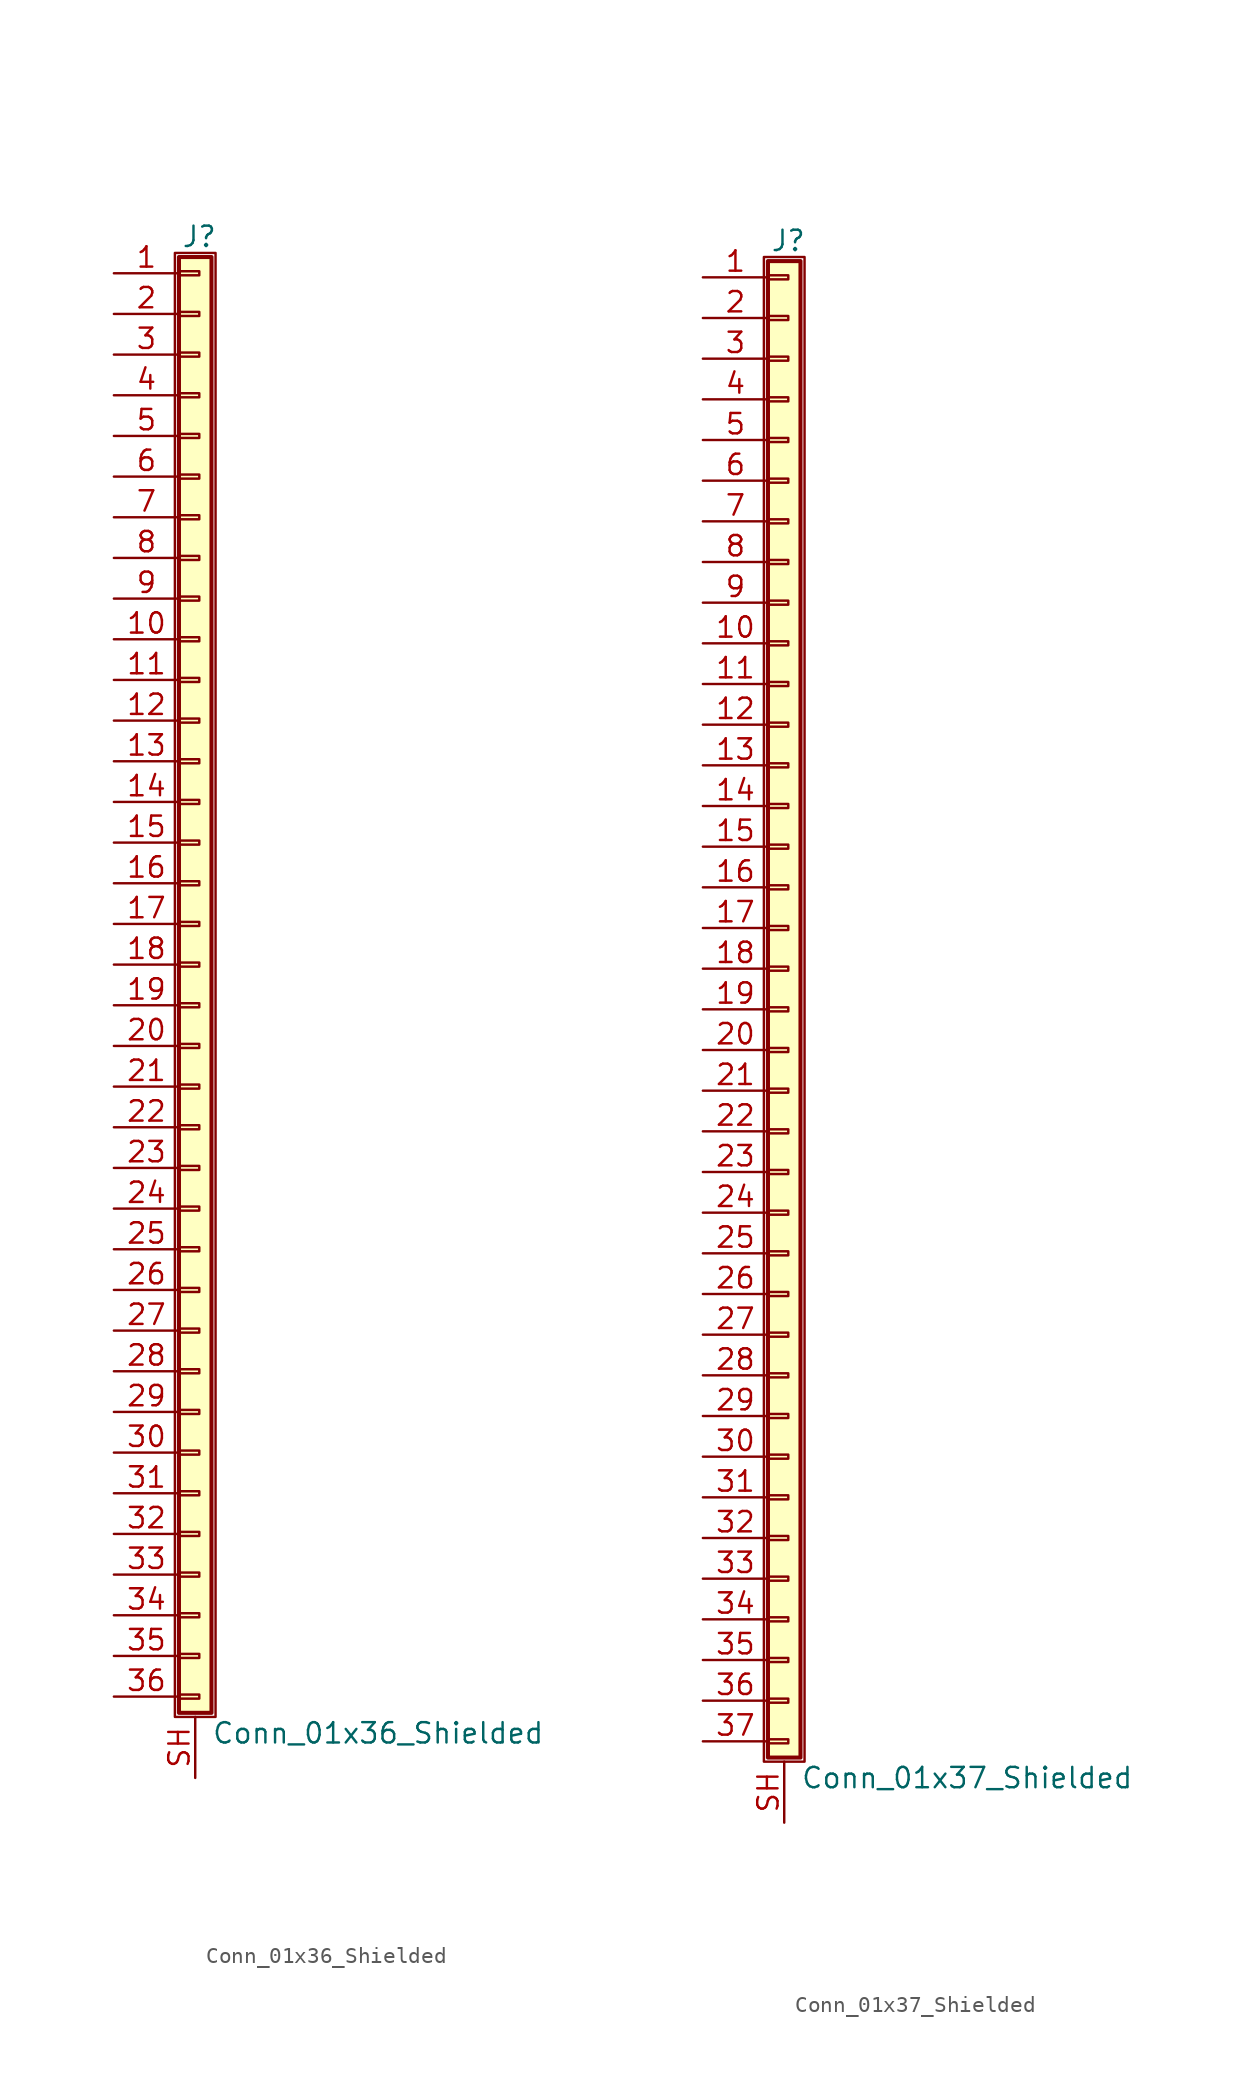
<source format=kicad_sym>
(kicad_symbol_lib
  (version 20211014)
  (generator kicad_symbol_editor)
  (symbol "Conn_01x36_Shielded"
    (pin_names
      (offset 1.016) hide)
    (property "Reference" "J"
      (at 0.254 45.466 0)
      (effects (font (size 1.27 1.27))))
    (property "Value" "Conn_01x36_Shielded"
      (at 1.016 -48.006 0)
      (effects (font (size 1.27 1.27)) (justify left)))
    (symbol "Conn_01x36_Shielded_1_1"
      (rectangle (start -1.27 44.45) (end 1.27 -46.99) (stroke (width 0.152) (type default) (color 0 0 0 0)) (fill (type none)))
      (rectangle (start -1.016 -45.593) (end 0.254 -45.847) (stroke (width 0.152) (type default) (color 0 0 0 0)) (fill (type none)))
      (rectangle (start -1.016 -43.053) (end 0.254 -43.307) (stroke (width 0.152) (type default) (color 0 0 0 0)) (fill (type none)))
      (rectangle (start -1.016 -40.513) (end 0.254 -40.767) (stroke (width 0.152) (type default) (color 0 0 0 0)) (fill (type none)))
      (rectangle (start -1.016 -37.973) (end 0.254 -38.227) (stroke (width 0.152) (type default) (color 0 0 0 0)) (fill (type none)))
      (rectangle (start -1.016 -35.433) (end 0.254 -35.687) (stroke (width 0.152) (type default) (color 0 0 0 0)) (fill (type none)))
      (rectangle (start -1.016 -32.893) (end 0.254 -33.147) (stroke (width 0.152) (type default) (color 0 0 0 0)) (fill (type none)))
      (rectangle (start -1.016 -30.353) (end 0.254 -30.607) (stroke (width 0.152) (type default) (color 0 0 0 0)) (fill (type none)))
      (rectangle (start -1.016 -27.813) (end 0.254 -28.067) (stroke (width 0.152) (type default) (color 0 0 0 0)) (fill (type none)))
      (rectangle (start -1.016 -25.273) (end 0.254 -25.527) (stroke (width 0.152) (type default) (color 0 0 0 0)) (fill (type none)))
      (rectangle (start -1.016 -22.733) (end 0.254 -22.987) (stroke (width 0.152) (type default) (color 0 0 0 0)) (fill (type none)))
      (rectangle (start -1.016 -20.193) (end 0.254 -20.447) (stroke (width 0.152) (type default) (color 0 0 0 0)) (fill (type none)))
      (rectangle (start -1.016 -17.653) (end 0.254 -17.907) (stroke (width 0.152) (type default) (color 0 0 0 0)) (fill (type none)))
      (rectangle (start -1.016 -15.113) (end 0.254 -15.367) (stroke (width 0.152) (type default) (color 0 0 0 0)) (fill (type none)))
      (rectangle (start -1.016 -12.573) (end 0.254 -12.827) (stroke (width 0.152) (type default) (color 0 0 0 0)) (fill (type none)))
      (rectangle (start -1.016 -10.033) (end 0.254 -10.287) (stroke (width 0.152) (type default) (color 0 0 0 0)) (fill (type none)))
      (rectangle (start -1.016 -7.493) (end 0.254 -7.747) (stroke (width 0.152) (type default) (color 0 0 0 0)) (fill (type none)))
      (rectangle (start -1.016 -4.953) (end 0.254 -5.207) (stroke (width 0.152) (type default) (color 0 0 0 0)) (fill (type none)))
      (rectangle (start -1.016 -2.413) (end 0.254 -2.667) (stroke (width 0.152) (type default) (color 0 0 0 0)) (fill (type none)))
      (rectangle (start -1.016 0.127) (end 0.254 -0.127) (stroke (width 0.152) (type default) (color 0 0 0 0)) (fill (type none)))
      (rectangle (start -1.016 2.667) (end 0.254 2.413) (stroke (width 0.152) (type default) (color 0 0 0 0)) (fill (type none)))
      (rectangle (start -1.016 5.207) (end 0.254 4.953) (stroke (width 0.152) (type default) (color 0 0 0 0)) (fill (type none)))
      (rectangle (start -1.016 7.747) (end 0.254 7.493) (stroke (width 0.152) (type default) (color 0 0 0 0)) (fill (type none)))
      (rectangle (start -1.016 10.287) (end 0.254 10.033) (stroke (width 0.152) (type default) (color 0 0 0 0)) (fill (type none)))
      (rectangle (start -1.016 12.827) (end 0.254 12.573) (stroke (width 0.152) (type default) (color 0 0 0 0)) (fill (type none)))
      (rectangle (start -1.016 15.367) (end 0.254 15.113) (stroke (width 0.152) (type default) (color 0 0 0 0)) (fill (type none)))
      (rectangle (start -1.016 17.907) (end 0.254 17.653) (stroke (width 0.152) (type default) (color 0 0 0 0)) (fill (type none)))
      (rectangle (start -1.016 20.447) (end 0.254 20.193) (stroke (width 0.152) (type default) (color 0 0 0 0)) (fill (type none)))
      (rectangle (start -1.016 22.987) (end 0.254 22.733) (stroke (width 0.152) (type default) (color 0 0 0 0)) (fill (type none)))
      (rectangle (start -1.016 25.527) (end 0.254 25.273) (stroke (width 0.152) (type default) (color 0 0 0 0)) (fill (type none)))
      (rectangle (start -1.016 28.067) (end 0.254 27.813) (stroke (width 0.152) (type default) (color 0 0 0 0)) (fill (type none)))
      (rectangle (start -1.016 30.607) (end 0.254 30.353) (stroke (width 0.152) (type default) (color 0 0 0 0)) (fill (type none)))
      (rectangle (start -1.016 33.147) (end 0.254 32.893) (stroke (width 0.152) (type default) (color 0 0 0 0)) (fill (type none)))
      (rectangle (start -1.016 35.687) (end 0.254 35.433) (stroke (width 0.152) (type default) (color 0 0 0 0)) (fill (type none)))
      (rectangle (start -1.016 38.227) (end 0.254 37.973) (stroke (width 0.152) (type default) (color 0 0 0 0)) (fill (type none)))
      (rectangle (start -1.016 40.767) (end 0.254 40.513) (stroke (width 0.152) (type default) (color 0 0 0 0)) (fill (type none)))
      (rectangle (start -1.016 43.307) (end 0.254 43.053) (stroke (width 0.152) (type default) (color 0 0 0 0)) (fill (type none)))
      (rectangle (start -1.016 44.196) (end 1.016 -46.736) (stroke (width 0.254) (type default) (color 0 0 0 0)) (fill (type background)))
      (pin passive line (at -5.08 43.18 0) (length 4.064) (name "Pin_1" (effects (font (size 1.27 1.27)))) (number "1" (effects (font (size 1.27 1.27)))))
      (pin passive line (at -5.08 20.32 0) (length 4.064) (name "Pin_10" (effects (font (size 1.27 1.27)))) (number "10" (effects (font (size 1.27 1.27)))))
      (pin passive line (at -5.08 17.78 0) (length 4.064) (name "Pin_11" (effects (font (size 1.27 1.27)))) (number "11" (effects (font (size 1.27 1.27)))))
      (pin passive line (at -5.08 15.24 0) (length 4.064) (name "Pin_12" (effects (font (size 1.27 1.27)))) (number "12" (effects (font (size 1.27 1.27)))))
      (pin passive line (at -5.08 12.7 0) (length 4.064) (name "Pin_13" (effects (font (size 1.27 1.27)))) (number "13" (effects (font (size 1.27 1.27)))))
      (pin passive line (at -5.08 10.16 0) (length 4.064) (name "Pin_14" (effects (font (size 1.27 1.27)))) (number "14" (effects (font (size 1.27 1.27)))))
      (pin passive line (at -5.08 7.62 0) (length 4.064) (name "Pin_15" (effects (font (size 1.27 1.27)))) (number "15" (effects (font (size 1.27 1.27)))))
      (pin passive line (at -5.08 5.08 0) (length 4.064) (name "Pin_16" (effects (font (size 1.27 1.27)))) (number "16" (effects (font (size 1.27 1.27)))))
      (pin passive line (at -5.08 2.54 0) (length 4.064) (name "Pin_17" (effects (font (size 1.27 1.27)))) (number "17" (effects (font (size 1.27 1.27)))))
      (pin passive line (at -5.08 0 0) (length 4.064) (name "Pin_18" (effects (font (size 1.27 1.27)))) (number "18" (effects (font (size 1.27 1.27)))))
      (pin passive line (at -5.08 -2.54 0) (length 4.064) (name "Pin_19" (effects (font (size 1.27 1.27)))) (number "19" (effects (font (size 1.27 1.27)))))
      (pin passive line (at -5.08 40.64 0) (length 4.064) (name "Pin_2" (effects (font (size 1.27 1.27)))) (number "2" (effects (font (size 1.27 1.27)))))
      (pin passive line (at -5.08 -5.08 0) (length 4.064) (name "Pin_20" (effects (font (size 1.27 1.27)))) (number "20" (effects (font (size 1.27 1.27)))))
      (pin passive line (at -5.08 -7.62 0) (length 4.064) (name "Pin_21" (effects (font (size 1.27 1.27)))) (number "21" (effects (font (size 1.27 1.27)))))
      (pin passive line (at -5.08 -10.16 0) (length 4.064) (name "Pin_22" (effects (font (size 1.27 1.27)))) (number "22" (effects (font (size 1.27 1.27)))))
      (pin passive line (at -5.08 -12.7 0) (length 4.064) (name "Pin_23" (effects (font (size 1.27 1.27)))) (number "23" (effects (font (size 1.27 1.27)))))
      (pin passive line (at -5.08 -15.24 0) (length 4.064) (name "Pin_24" (effects (font (size 1.27 1.27)))) (number "24" (effects (font (size 1.27 1.27)))))
      (pin passive line (at -5.08 -17.78 0) (length 4.064) (name "Pin_25" (effects (font (size 1.27 1.27)))) (number "25" (effects (font (size 1.27 1.27)))))
      (pin passive line (at -5.08 -20.32 0) (length 4.064) (name "Pin_26" (effects (font (size 1.27 1.27)))) (number "26" (effects (font (size 1.27 1.27)))))
      (pin passive line (at -5.08 -22.86 0) (length 4.064) (name "Pin_27" (effects (font (size 1.27 1.27)))) (number "27" (effects (font (size 1.27 1.27)))))
      (pin passive line (at -5.08 -25.4 0) (length 4.064) (name "Pin_28" (effects (font (size 1.27 1.27)))) (number "28" (effects (font (size 1.27 1.27)))))
      (pin passive line (at -5.08 -27.94 0) (length 4.064) (name "Pin_29" (effects (font (size 1.27 1.27)))) (number "29" (effects (font (size 1.27 1.27)))))
      (pin passive line (at -5.08 38.1 0) (length 4.064) (name "Pin_3" (effects (font (size 1.27 1.27)))) (number "3" (effects (font (size 1.27 1.27)))))
      (pin passive line (at -5.08 -30.48 0) (length 4.064) (name "Pin_30" (effects (font (size 1.27 1.27)))) (number "30" (effects (font (size 1.27 1.27)))))
      (pin passive line (at -5.08 -33.02 0) (length 4.064) (name "Pin_31" (effects (font (size 1.27 1.27)))) (number "31" (effects (font (size 1.27 1.27)))))
      (pin passive line (at -5.08 -35.56 0) (length 4.064) (name "Pin_32" (effects (font (size 1.27 1.27)))) (number "32" (effects (font (size 1.27 1.27)))))
      (pin passive line (at -5.08 -38.1 0) (length 4.064) (name "Pin_33" (effects (font (size 1.27 1.27)))) (number "33" (effects (font (size 1.27 1.27)))))
      (pin passive line (at -5.08 -40.64 0) (length 4.064) (name "Pin_34" (effects (font (size 1.27 1.27)))) (number "34" (effects (font (size 1.27 1.27)))))
      (pin passive line (at -5.08 -43.18 0) (length 4.064) (name "Pin_35" (effects (font (size 1.27 1.27)))) (number "35" (effects (font (size 1.27 1.27)))))
      (pin passive line (at -5.08 -45.72 0) (length 4.064) (name "Pin_36" (effects (font (size 1.27 1.27)))) (number "36" (effects (font (size 1.27 1.27)))))
      (pin passive line (at -5.08 35.56 0) (length 4.064) (name "Pin_4" (effects (font (size 1.27 1.27)))) (number "4" (effects (font (size 1.27 1.27)))))
      (pin passive line (at -5.08 33.02 0) (length 4.064) (name "Pin_5" (effects (font (size 1.27 1.27)))) (number "5" (effects (font (size 1.27 1.27)))))
      (pin passive line (at -5.08 30.48 0) (length 4.064) (name "Pin_6" (effects (font (size 1.27 1.27)))) (number "6" (effects (font (size 1.27 1.27)))))
      (pin passive line (at -5.08 27.94 0) (length 4.064) (name "Pin_7" (effects (font (size 1.27 1.27)))) (number "7" (effects (font (size 1.27 1.27)))))
      (pin passive line (at -5.08 25.4 0) (length 4.064) (name "Pin_8" (effects (font (size 1.27 1.27)))) (number "8" (effects (font (size 1.27 1.27)))))
      (pin passive line (at -5.08 22.86 0) (length 4.064) (name "Pin_9" (effects (font (size 1.27 1.27)))) (number "9" (effects (font (size 1.27 1.27)))))
      (pin passive line (at 0 -50.8 90) (length 3.81) (name "Shield" (effects (font (size 1.27 1.27)))) (number "SH" (effects (font (size 1.27 1.27)))))))
  (symbol "Conn_01x37_Shielded"
    (pin_names
      (offset 1.016) hide)
    (property "Reference" "J"
      (at 0.254 48.006 0)
      (effects (font (size 1.27 1.27))))
    (property "Value" "Conn_01x37_Shielded"
      (at 1.016 -48.006 0)
      (effects (font (size 1.27 1.27)) (justify left)))
    (symbol "Conn_01x37_Shielded_1_1"
      (rectangle (start -1.27 46.99) (end 1.27 -46.99) (stroke (width 0.152) (type default) (color 0 0 0 0)) (fill (type none)))
      (rectangle (start -1.016 -45.593) (end 0.254 -45.847) (stroke (width 0.152) (type default) (color 0 0 0 0)) (fill (type none)))
      (rectangle (start -1.016 -43.053) (end 0.254 -43.307) (stroke (width 0.152) (type default) (color 0 0 0 0)) (fill (type none)))
      (rectangle (start -1.016 -40.513) (end 0.254 -40.767) (stroke (width 0.152) (type default) (color 0 0 0 0)) (fill (type none)))
      (rectangle (start -1.016 -37.973) (end 0.254 -38.227) (stroke (width 0.152) (type default) (color 0 0 0 0)) (fill (type none)))
      (rectangle (start -1.016 -35.433) (end 0.254 -35.687) (stroke (width 0.152) (type default) (color 0 0 0 0)) (fill (type none)))
      (rectangle (start -1.016 -32.893) (end 0.254 -33.147) (stroke (width 0.152) (type default) (color 0 0 0 0)) (fill (type none)))
      (rectangle (start -1.016 -30.353) (end 0.254 -30.607) (stroke (width 0.152) (type default) (color 0 0 0 0)) (fill (type none)))
      (rectangle (start -1.016 -27.813) (end 0.254 -28.067) (stroke (width 0.152) (type default) (color 0 0 0 0)) (fill (type none)))
      (rectangle (start -1.016 -25.273) (end 0.254 -25.527) (stroke (width 0.152) (type default) (color 0 0 0 0)) (fill (type none)))
      (rectangle (start -1.016 -22.733) (end 0.254 -22.987) (stroke (width 0.152) (type default) (color 0 0 0 0)) (fill (type none)))
      (rectangle (start -1.016 -20.193) (end 0.254 -20.447) (stroke (width 0.152) (type default) (color 0 0 0 0)) (fill (type none)))
      (rectangle (start -1.016 -17.653) (end 0.254 -17.907) (stroke (width 0.152) (type default) (color 0 0 0 0)) (fill (type none)))
      (rectangle (start -1.016 -15.113) (end 0.254 -15.367) (stroke (width 0.152) (type default) (color 0 0 0 0)) (fill (type none)))
      (rectangle (start -1.016 -12.573) (end 0.254 -12.827) (stroke (width 0.152) (type default) (color 0 0 0 0)) (fill (type none)))
      (rectangle (start -1.016 -10.033) (end 0.254 -10.287) (stroke (width 0.152) (type default) (color 0 0 0 0)) (fill (type none)))
      (rectangle (start -1.016 -7.493) (end 0.254 -7.747) (stroke (width 0.152) (type default) (color 0 0 0 0)) (fill (type none)))
      (rectangle (start -1.016 -4.953) (end 0.254 -5.207) (stroke (width 0.152) (type default) (color 0 0 0 0)) (fill (type none)))
      (rectangle (start -1.016 -2.413) (end 0.254 -2.667) (stroke (width 0.152) (type default) (color 0 0 0 0)) (fill (type none)))
      (rectangle (start -1.016 0.127) (end 0.254 -0.127) (stroke (width 0.152) (type default) (color 0 0 0 0)) (fill (type none)))
      (rectangle (start -1.016 2.667) (end 0.254 2.413) (stroke (width 0.152) (type default) (color 0 0 0 0)) (fill (type none)))
      (rectangle (start -1.016 5.207) (end 0.254 4.953) (stroke (width 0.152) (type default) (color 0 0 0 0)) (fill (type none)))
      (rectangle (start -1.016 7.747) (end 0.254 7.493) (stroke (width 0.152) (type default) (color 0 0 0 0)) (fill (type none)))
      (rectangle (start -1.016 10.287) (end 0.254 10.033) (stroke (width 0.152) (type default) (color 0 0 0 0)) (fill (type none)))
      (rectangle (start -1.016 12.827) (end 0.254 12.573) (stroke (width 0.152) (type default) (color 0 0 0 0)) (fill (type none)))
      (rectangle (start -1.016 15.367) (end 0.254 15.113) (stroke (width 0.152) (type default) (color 0 0 0 0)) (fill (type none)))
      (rectangle (start -1.016 17.907) (end 0.254 17.653) (stroke (width 0.152) (type default) (color 0 0 0 0)) (fill (type none)))
      (rectangle (start -1.016 20.447) (end 0.254 20.193) (stroke (width 0.152) (type default) (color 0 0 0 0)) (fill (type none)))
      (rectangle (start -1.016 22.987) (end 0.254 22.733) (stroke (width 0.152) (type default) (color 0 0 0 0)) (fill (type none)))
      (rectangle (start -1.016 25.527) (end 0.254 25.273) (stroke (width 0.152) (type default) (color 0 0 0 0)) (fill (type none)))
      (rectangle (start -1.016 28.067) (end 0.254 27.813) (stroke (width 0.152) (type default) (color 0 0 0 0)) (fill (type none)))
      (rectangle (start -1.016 30.607) (end 0.254 30.353) (stroke (width 0.152) (type default) (color 0 0 0 0)) (fill (type none)))
      (rectangle (start -1.016 33.147) (end 0.254 32.893) (stroke (width 0.152) (type default) (color 0 0 0 0)) (fill (type none)))
      (rectangle (start -1.016 35.687) (end 0.254 35.433) (stroke (width 0.152) (type default) (color 0 0 0 0)) (fill (type none)))
      (rectangle (start -1.016 38.227) (end 0.254 37.973) (stroke (width 0.152) (type default) (color 0 0 0 0)) (fill (type none)))
      (rectangle (start -1.016 40.767) (end 0.254 40.513) (stroke (width 0.152) (type default) (color 0 0 0 0)) (fill (type none)))
      (rectangle (start -1.016 43.307) (end 0.254 43.053) (stroke (width 0.152) (type default) (color 0 0 0 0)) (fill (type none)))
      (rectangle (start -1.016 45.847) (end 0.254 45.593) (stroke (width 0.152) (type default) (color 0 0 0 0)) (fill (type none)))
      (rectangle (start -1.016 46.736) (end 1.016 -46.736) (stroke (width 0.254) (type default) (color 0 0 0 0)) (fill (type background)))
      (pin passive line (at -5.08 45.72 0) (length 4.064) (name "Pin_1" (effects (font (size 1.27 1.27)))) (number "1" (effects (font (size 1.27 1.27)))))
      (pin passive line (at -5.08 22.86 0) (length 4.064) (name "Pin_10" (effects (font (size 1.27 1.27)))) (number "10" (effects (font (size 1.27 1.27)))))
      (pin passive line (at -5.08 20.32 0) (length 4.064) (name "Pin_11" (effects (font (size 1.27 1.27)))) (number "11" (effects (font (size 1.27 1.27)))))
      (pin passive line (at -5.08 17.78 0) (length 4.064) (name "Pin_12" (effects (font (size 1.27 1.27)))) (number "12" (effects (font (size 1.27 1.27)))))
      (pin passive line (at -5.08 15.24 0) (length 4.064) (name "Pin_13" (effects (font (size 1.27 1.27)))) (number "13" (effects (font (size 1.27 1.27)))))
      (pin passive line (at -5.08 12.7 0) (length 4.064) (name "Pin_14" (effects (font (size 1.27 1.27)))) (number "14" (effects (font (size 1.27 1.27)))))
      (pin passive line (at -5.08 10.16 0) (length 4.064) (name "Pin_15" (effects (font (size 1.27 1.27)))) (number "15" (effects (font (size 1.27 1.27)))))
      (pin passive line (at -5.08 7.62 0) (length 4.064) (name "Pin_16" (effects (font (size 1.27 1.27)))) (number "16" (effects (font (size 1.27 1.27)))))
      (pin passive line (at -5.08 5.08 0) (length 4.064) (name "Pin_17" (effects (font (size 1.27 1.27)))) (number "17" (effects (font (size 1.27 1.27)))))
      (pin passive line (at -5.08 2.54 0) (length 4.064) (name "Pin_18" (effects (font (size 1.27 1.27)))) (number "18" (effects (font (size 1.27 1.27)))))
      (pin passive line (at -5.08 0 0) (length 4.064) (name "Pin_19" (effects (font (size 1.27 1.27)))) (number "19" (effects (font (size 1.27 1.27)))))
      (pin passive line (at -5.08 43.18 0) (length 4.064) (name "Pin_2" (effects (font (size 1.27 1.27)))) (number "2" (effects (font (size 1.27 1.27)))))
      (pin passive line (at -5.08 -2.54 0) (length 4.064) (name "Pin_20" (effects (font (size 1.27 1.27)))) (number "20" (effects (font (size 1.27 1.27)))))
      (pin passive line (at -5.08 -5.08 0) (length 4.064) (name "Pin_21" (effects (font (size 1.27 1.27)))) (number "21" (effects (font (size 1.27 1.27)))))
      (pin passive line (at -5.08 -7.62 0) (length 4.064) (name "Pin_22" (effects (font (size 1.27 1.27)))) (number "22" (effects (font (size 1.27 1.27)))))
      (pin passive line (at -5.08 -10.16 0) (length 4.064) (name "Pin_23" (effects (font (size 1.27 1.27)))) (number "23" (effects (font (size 1.27 1.27)))))
      (pin passive line (at -5.08 -12.7 0) (length 4.064) (name "Pin_24" (effects (font (size 1.27 1.27)))) (number "24" (effects (font (size 1.27 1.27)))))
      (pin passive line (at -5.08 -15.24 0) (length 4.064) (name "Pin_25" (effects (font (size 1.27 1.27)))) (number "25" (effects (font (size 1.27 1.27)))))
      (pin passive line (at -5.08 -17.78 0) (length 4.064) (name "Pin_26" (effects (font (size 1.27 1.27)))) (number "26" (effects (font (size 1.27 1.27)))))
      (pin passive line (at -5.08 -20.32 0) (length 4.064) (name "Pin_27" (effects (font (size 1.27 1.27)))) (number "27" (effects (font (size 1.27 1.27)))))
      (pin passive line (at -5.08 -22.86 0) (length 4.064) (name "Pin_28" (effects (font (size 1.27 1.27)))) (number "28" (effects (font (size 1.27 1.27)))))
      (pin passive line (at -5.08 -25.4 0) (length 4.064) (name "Pin_29" (effects (font (size 1.27 1.27)))) (number "29" (effects (font (size 1.27 1.27)))))
      (pin passive line (at -5.08 40.64 0) (length 4.064) (name "Pin_3" (effects (font (size 1.27 1.27)))) (number "3" (effects (font (size 1.27 1.27)))))
      (pin passive line (at -5.08 -27.94 0) (length 4.064) (name "Pin_30" (effects (font (size 1.27 1.27)))) (number "30" (effects (font (size 1.27 1.27)))))
      (pin passive line (at -5.08 -30.48 0) (length 4.064) (name "Pin_31" (effects (font (size 1.27 1.27)))) (number "31" (effects (font (size 1.27 1.27)))))
      (pin passive line (at -5.08 -33.02 0) (length 4.064) (name "Pin_32" (effects (font (size 1.27 1.27)))) (number "32" (effects (font (size 1.27 1.27)))))
      (pin passive line (at -5.08 -35.56 0) (length 4.064) (name "Pin_33" (effects (font (size 1.27 1.27)))) (number "33" (effects (font (size 1.27 1.27)))))
      (pin passive line (at -5.08 -38.1 0) (length 4.064) (name "Pin_34" (effects (font (size 1.27 1.27)))) (number "34" (effects (font (size 1.27 1.27)))))
      (pin passive line (at -5.08 -40.64 0) (length 4.064) (name "Pin_35" (effects (font (size 1.27 1.27)))) (number "35" (effects (font (size 1.27 1.27)))))
      (pin passive line (at -5.08 -43.18 0) (length 4.064) (name "Pin_36" (effects (font (size 1.27 1.27)))) (number "36" (effects (font (size 1.27 1.27)))))
      (pin passive line (at -5.08 -45.72 0) (length 4.064) (name "Pin_37" (effects (font (size 1.27 1.27)))) (number "37" (effects (font (size 1.27 1.27)))))
      (pin passive line (at -5.08 38.1 0) (length 4.064) (name "Pin_4" (effects (font (size 1.27 1.27)))) (number "4" (effects (font (size 1.27 1.27)))))
      (pin passive line (at -5.08 35.56 0) (length 4.064) (name "Pin_5" (effects (font (size 1.27 1.27)))) (number "5" (effects (font (size 1.27 1.27)))))
      (pin passive line (at -5.08 33.02 0) (length 4.064) (name "Pin_6" (effects (font (size 1.27 1.27)))) (number "6" (effects (font (size 1.27 1.27)))))
      (pin passive line (at -5.08 30.48 0) (length 4.064) (name "Pin_7" (effects (font (size 1.27 1.27)))) (number "7" (effects (font (size 1.27 1.27)))))
      (pin passive line (at -5.08 27.94 0) (length 4.064) (name "Pin_8" (effects (font (size 1.27 1.27)))) (number "8" (effects (font (size 1.27 1.27)))))
      (pin passive line (at -5.08 25.4 0) (length 4.064) (name "Pin_9" (effects (font (size 1.27 1.27)))) (number "9" (effects (font (size 1.27 1.27)))))
      (pin passive line (at 0 -50.8 90) (length 3.81) (name "Shield" (effects (font (size 1.27 1.27)))) (number "SH" (effects (font (size 1.27 1.27))))))))
</source>
